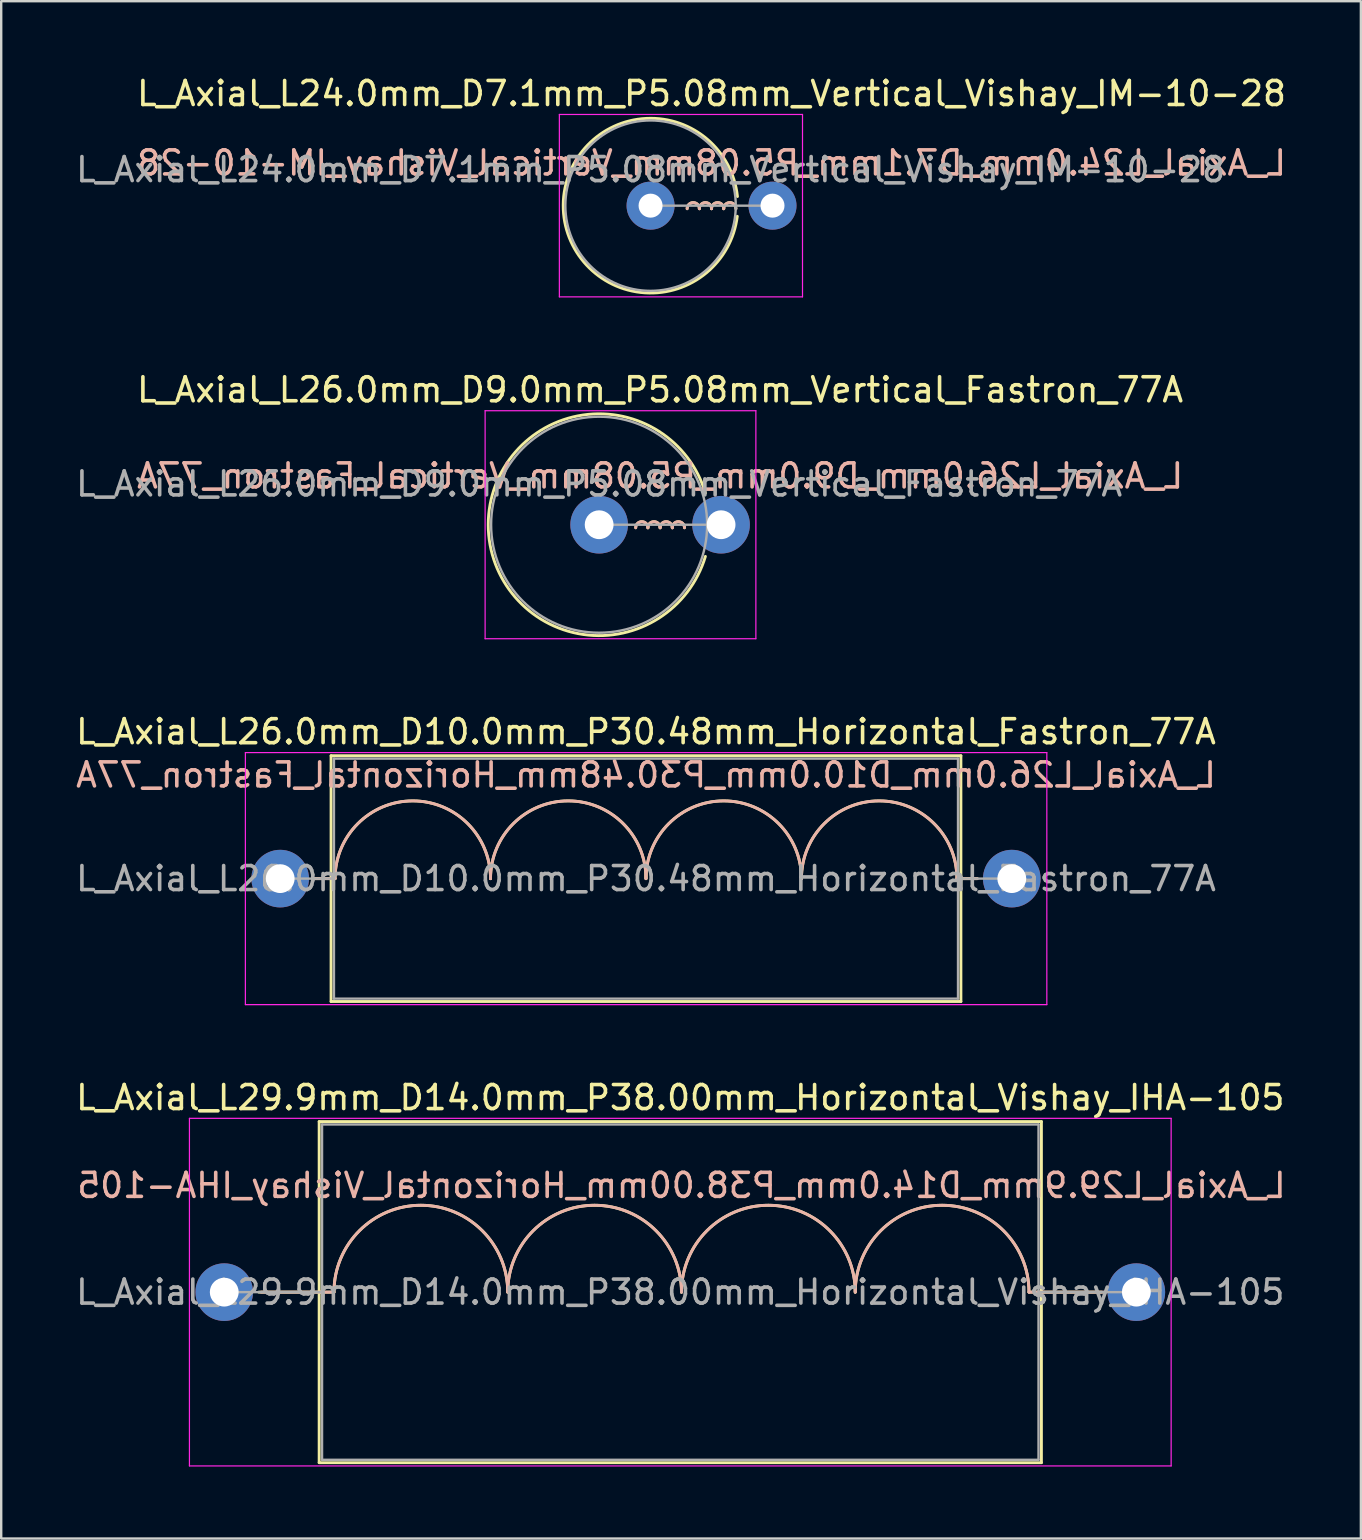
<source format=kicad_pcb>
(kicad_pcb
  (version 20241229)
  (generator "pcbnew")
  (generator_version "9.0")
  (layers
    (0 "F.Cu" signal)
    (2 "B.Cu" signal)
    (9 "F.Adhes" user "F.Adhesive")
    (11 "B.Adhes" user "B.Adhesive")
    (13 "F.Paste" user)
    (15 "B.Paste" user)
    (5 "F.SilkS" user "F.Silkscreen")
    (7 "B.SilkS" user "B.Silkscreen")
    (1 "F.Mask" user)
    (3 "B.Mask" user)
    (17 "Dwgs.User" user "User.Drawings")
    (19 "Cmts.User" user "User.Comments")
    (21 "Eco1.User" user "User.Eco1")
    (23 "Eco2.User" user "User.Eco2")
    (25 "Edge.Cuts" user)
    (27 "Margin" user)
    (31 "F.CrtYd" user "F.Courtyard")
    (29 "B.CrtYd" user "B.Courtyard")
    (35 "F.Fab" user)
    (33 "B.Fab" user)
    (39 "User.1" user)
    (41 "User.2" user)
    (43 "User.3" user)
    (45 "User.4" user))
  (footprint "L_Axial_L29.9mm_D14.0mm_P38.00mm_Horizontal_Vishay_IHA-105"
    (layer "F.Cu")
    (at 6.292 50.783)
    (property "Reference" "L_Axial_L29.9mm_D14.0mm_P38.00mm_Horizontal_Vishay_IHA-105" (at 19 -8.105 0) (layer "F.SilkS") (effects (font (size 1 1) (thickness 0.15))))
    (fp_line (start 1.44 0) (end 3.955 0) (stroke (width 0.12) (type solid)) (layer "F.SilkS"))
    (fp_line (start 3.955 -7.105) (end 3.955 7.105) (stroke (width 0.12) (type solid)) (layer "F.SilkS"))
    (fp_line (start 3.955 7.105) (end 34.045 7.105) (stroke (width 0.12) (type solid)) (layer "F.SilkS"))
    (fp_line (start 4.572 0) (end 3.955 0) (stroke (width 0.12) (type solid)) (layer "F.SilkS"))
    (fp_line (start 33.528 0) (end 34.036 0) (stroke (width 0.12) (type solid)) (layer "F.SilkS"))
    (fp_line (start 34.045 -7.105) (end 3.955 -7.105) (stroke (width 0.12) (type solid)) (layer "F.SilkS"))
    (fp_line (start 34.045 7.105) (end 34.045 -7.105) (stroke (width 0.12) (type solid)) (layer "F.SilkS"))
    (fp_line (start 36.56 0) (end 34.045 0) (stroke (width 0.12) (type solid)) (layer "F.SilkS"))
    (fp_arc (start 4.572 0) (mid 8.1915 -3.6195) (end 11.811 0) (stroke (width 0.12) (type solid)) (layer "F.SilkS"))
    (fp_arc (start 11.811 0) (mid 15.4305 -3.6195) (end 19.05 0) (stroke (width 0.12) (type solid)) (layer "F.SilkS"))
    (fp_arc (start 19.05 0) (mid 22.6695 -3.6195) (end 26.289 0) (stroke (width 0.12) (type solid)) (layer "F.SilkS"))
    (fp_arc (start 26.289 0) (mid 29.9085 -3.6195) (end 33.528 0) (stroke (width 0.12) (type solid)) (layer "F.SilkS"))
    (fp_line (start 1.54 0) (end 4.055 0) (stroke (width 0.12) (type solid)) (layer "B.SilkS"))
    (fp_line (start 4.572 0) (end 4.064 0) (stroke (width 0.12) (type solid)) (layer "B.SilkS"))
    (fp_line (start 33.528 0) (end 34.145 0) (stroke (width 0.12) (type solid)) (layer "B.SilkS"))
    (fp_line (start 36.66 0) (end 34.145 0) (stroke (width 0.12) (type solid)) (layer "B.SilkS"))
    (fp_arc (start 4.572 0) (mid 8.1915 -3.6195) (end 11.811 0) (stroke (width 0.12) (type solid)) (layer "B.SilkS"))
    (fp_arc (start 11.811 0) (mid 15.4305 -3.6195) (end 19.05 0) (stroke (width 0.12) (type solid)) (layer "B.SilkS"))
    (fp_arc (start 19.05 0) (mid 22.6695 -3.6195) (end 26.289 0) (stroke (width 0.12) (type solid)) (layer "B.SilkS"))
    (fp_arc (start 26.289 0) (mid 29.9085 -3.6195) (end 33.528 0) (stroke (width 0.12) (type solid)) (layer "B.SilkS"))
    (fp_line (start -1.45 -7.24) (end -1.45 7.24) (stroke (width 0.05) (type solid)) (layer "F.CrtYd"))
    (fp_line (start -1.45 7.24) (end 39.45 7.24) (stroke (width 0.05) (type solid)) (layer "F.CrtYd"))
    (fp_line (start 39.45 -7.24) (end -1.45 -7.24) (stroke (width 0.05) (type solid)) (layer "F.CrtYd"))
    (fp_line (start 39.45 7.24) (end 39.45 -7.24) (stroke (width 0.05) (type solid)) (layer "F.CrtYd"))
    (fp_line (start 0 0) (end 4.075 0) (stroke (width 0.1) (type solid)) (layer "F.Fab"))
    (fp_line (start 4.075 -6.985) (end 4.075 6.985) (stroke (width 0.1) (type solid)) (layer "F.Fab"))
    (fp_line (start 4.075 6.985) (end 33.925 6.985) (stroke (width 0.1) (type solid)) (layer "F.Fab"))
    (fp_line (start 33.925 -6.985) (end 4.075 -6.985) (stroke (width 0.1) (type solid)) (layer "F.Fab"))
    (fp_line (start 33.925 6.985) (end 33.925 -6.985) (stroke (width 0.1) (type solid)) (layer "F.Fab"))
    (fp_line (start 38 0) (end 33.925 0) (stroke (width 0.1) (type solid)) (layer "F.Fab"))
    (fp_text user "${REFERENCE}" (at 19.05 -4.445 0) (layer "B.SilkS") (effects (font (size 1 1) (thickness 0.15)) (justify mirror)))
    (fp_text user "${REFERENCE}" (at 19 0 0) (layer "F.Fab") (effects (font (size 1 1) (thickness 0.15))))
    (pad "1" thru_hole circle (at 0 0) (size 2.4 2.4) (drill 1.2) (layers "*.Cu" "*.Mask"))
    (pad "2" thru_hole oval (at 38 0) (size 2.4 2.4) (drill 1.2) (layers "*.Cu" "*.Mask")))
  (footprint "L_Axial_L24.0mm_D7.1mm_P5.08mm_Vertical_Vishay_IM-10-28"
    (layer "F.Cu")
    (at 24.054 5.518)
    (property "Reference" "L_Axial_L24.0mm_D7.1mm_P5.08mm_Vertical_Vishay_IM-10-28" (at 2.54 -4.67 0) (layer "F.SilkS") (effects (font (size 1 1) (thickness 0.15))))
    (fp_arc (start 1.524 0.127) (mid 1.778 -0.127) (end 2.032 0.127) (stroke (width 0.12) (type solid)) (layer "F.SilkS"))
    (fp_arc (start 2.032 0.127) (mid 2.286 -0.127) (end 2.54 0.127) (stroke (width 0.12) (type solid)) (layer "F.SilkS"))
    (fp_arc (start 2.54 0.127) (mid 2.794 -0.127) (end 3.048 0.127) (stroke (width 0.12) (type solid)) (layer "F.SilkS"))
    (fp_arc (start 3.048 0.127) (mid 3.302 -0.127) (end 3.556 0.127) (stroke (width 0.12) (type solid)) (layer "F.SilkS"))
    (fp_arc (start 3.612358 0.443624) (mid -3.63936 -0.031515) (end 3.619499 -0.380999) (stroke (width 0.12) (type solid)) (layer "F.SilkS"))
    (fp_arc (start 1.524 0.127) (mid 1.778 -0.127) (end 2.032 0.127) (stroke (width 0.12) (type solid)) (layer "B.SilkS"))
    (fp_arc (start 2.032 0.127) (mid 2.286 -0.127) (end 2.54 0.127) (stroke (width 0.12) (type solid)) (layer "B.SilkS"))
    (fp_arc (start 2.54 0.127) (mid 2.794 -0.127) (end 3.048 0.127) (stroke (width 0.12) (type solid)) (layer "B.SilkS"))
    (fp_arc (start 3.048 0.127) (mid 3.302 -0.127) (end 3.556 0.127) (stroke (width 0.12) (type solid)) (layer "B.SilkS"))
    (fp_line (start -3.8 -3.8) (end -3.8 3.8) (stroke (width 0.05) (type solid)) (layer "F.CrtYd"))
    (fp_line (start -3.8 3.8) (end 6.33 3.8) (stroke (width 0.05) (type solid)) (layer "F.CrtYd"))
    (fp_line (start 6.33 -3.8) (end -3.8 -3.8) (stroke (width 0.05) (type solid)) (layer "F.CrtYd"))
    (fp_line (start 6.33 3.8) (end 6.33 -3.8) (stroke (width 0.05) (type solid)) (layer "F.CrtYd"))
    (fp_line (start 0 0) (end 5.08 0) (stroke (width 0.1) (type solid)) (layer "F.Fab"))
    (fp_circle (center 0 0) (end 3.55 0) (stroke (width 0.1) (type solid)) (fill no) (layer "F.Fab"))
    (fp_text user "${REFERENCE}" (at 2.54 -1.778 0) (layer "B.SilkS") (effects (font (size 1 1) (thickness 0.15)) (justify mirror)))
    (fp_text user "${REFERENCE}" (at 0 -1.5 0) (layer "F.Fab") (effects (font (size 1 1) (thickness 0.15))))
    (pad "1" thru_hole circle (at 0 0) (size 2 2) (drill 1) (layers "*.Cu" "*.Mask"))
    (pad "2" thru_hole oval (at 5.08 0) (size 2 2) (drill 1) (layers "*.Cu" "*.Mask")))
  (footprint "L_Axial_L26.0mm_D10.0mm_P30.48mm_Horizontal_Fastron_77A"
    (layer "F.Cu")
    (at 8.623 33.555)
    (property "Reference" "L_Axial_L26.0mm_D10.0mm_P30.48mm_Horizontal_Fastron_77A" (at 15.24 -6.12 0) (layer "F.SilkS") (effects (font (size 1 1) (thickness 0.15))))
    (fp_line (start 1.44 0) (end 2.12 0) (stroke (width 0.12) (type solid)) (layer "F.SilkS"))
    (fp_line (start 2.12 -5.12) (end 2.12 5.12) (stroke (width 0.12) (type solid)) (layer "F.SilkS"))
    (fp_line (start 2.12 5.12) (end 28.36 5.12) (stroke (width 0.12) (type solid)) (layer "F.SilkS"))
    (fp_line (start 2.286 0) (end 2.12 0) (stroke (width 0.12) (type solid)) (layer "F.SilkS"))
    (fp_line (start 28.194 0) (end 28.321 0) (stroke (width 0.12) (type solid)) (layer "F.SilkS"))
    (fp_line (start 28.36 -5.12) (end 2.12 -5.12) (stroke (width 0.12) (type solid)) (layer "F.SilkS"))
    (fp_line (start 28.36 5.12) (end 28.36 -5.12) (stroke (width 0.12) (type solid)) (layer "F.SilkS"))
    (fp_line (start 29.04 0) (end 28.36 0) (stroke (width 0.12) (type solid)) (layer "F.SilkS"))
    (fp_arc (start 2.286 0) (mid 5.5245 -3.2385) (end 8.763 0) (stroke (width 0.12) (type solid)) (layer "F.SilkS"))
    (fp_arc (start 8.763 0) (mid 12.0015 -3.2385) (end 15.24 0) (stroke (width 0.12) (type solid)) (layer "F.SilkS"))
    (fp_arc (start 15.24 0) (mid 18.4785 -3.2385) (end 21.717 0) (stroke (width 0.12) (type solid)) (layer "F.SilkS"))
    (fp_arc (start 21.717 0) (mid 24.9555 -3.2385) (end 28.194 0) (stroke (width 0.12) (type solid)) (layer "F.SilkS"))
    (fp_line (start 1.44 0) (end 2.12 0) (stroke (width 0.12) (type solid)) (layer "B.SilkS"))
    (fp_line (start 2.286 0) (end 2.159 0) (stroke (width 0.12) (type solid)) (layer "B.SilkS"))
    (fp_line (start 28.194 0) (end 28.36 0) (stroke (width 0.12) (type solid)) (layer "B.SilkS"))
    (fp_line (start 29.04 0) (end 28.36 0) (stroke (width 0.12) (type solid)) (layer "B.SilkS"))
    (fp_arc (start 2.286 0) (mid 5.5245 -3.2385) (end 8.763 0) (stroke (width 0.12) (type solid)) (layer "B.SilkS"))
    (fp_arc (start 8.763 0) (mid 12.0015 -3.2385) (end 15.24 0) (stroke (width 0.12) (type solid)) (layer "B.SilkS"))
    (fp_arc (start 15.24 0) (mid 18.4785 -3.2385) (end 21.717 0) (stroke (width 0.12) (type solid)) (layer "B.SilkS"))
    (fp_arc (start 21.717 0) (mid 24.9555 -3.2385) (end 28.194 0) (stroke (width 0.12) (type solid)) (layer "B.SilkS"))
    (fp_line (start -1.45 -5.25) (end -1.45 5.25) (stroke (width 0.05) (type solid)) (layer "F.CrtYd"))
    (fp_line (start -1.45 5.25) (end 31.94 5.25) (stroke (width 0.05) (type solid)) (layer "F.CrtYd"))
    (fp_line (start 31.94 -5.25) (end -1.45 -5.25) (stroke (width 0.05) (type solid)) (layer "F.CrtYd"))
    (fp_line (start 31.94 5.25) (end 31.94 -5.25) (stroke (width 0.05) (type solid)) (layer "F.CrtYd"))
    (fp_line (start 0 0) (end 2.24 0) (stroke (width 0.1) (type solid)) (layer "F.Fab"))
    (fp_line (start 2.24 -5) (end 2.24 5) (stroke (width 0.1) (type solid)) (layer "F.Fab"))
    (fp_line (start 2.24 5) (end 28.24 5) (stroke (width 0.1) (type solid)) (layer "F.Fab"))
    (fp_line (start 28.24 -5) (end 2.24 -5) (stroke (width 0.1) (type solid)) (layer "F.Fab"))
    (fp_line (start 28.24 5) (end 28.24 -5) (stroke (width 0.1) (type solid)) (layer "F.Fab"))
    (fp_line (start 30.48 0) (end 28.24 0) (stroke (width 0.1) (type solid)) (layer "F.Fab"))
    (fp_text user "${REFERENCE}" (at 15.24 -4.318 0) (layer "B.SilkS") (effects (font (size 1 1) (thickness 0.15)) (justify mirror)))
    (fp_text user "${REFERENCE}" (at 15.24 0 0) (layer "F.Fab") (effects (font (size 1 1) (thickness 0.15))))
    (pad "1" thru_hole circle (at 0 0) (size 2.4 2.4) (drill 1.2) (layers "*.Cu" "*.Mask"))
    (pad "2" thru_hole oval (at 30.48 0) (size 2.4 2.4) (drill 1.2) (layers "*.Cu" "*.Mask")))
  (footprint "L_Axial_L26.0mm_D9.0mm_P5.08mm_Vertical_Fastron_77A"
    (layer "F.Cu")
    (at 21.911 18.811)
    (property "Reference" "L_Axial_L26.0mm_D9.0mm_P5.08mm_Vertical_Fastron_77A" (at 2.54 -5.62 0) (layer "F.SilkS") (effects (font (size 1 1) (thickness 0.15))))
    (fp_arc (start 1.524 0.127) (mid 1.778 -0.127) (end 2.032 0.127) (stroke (width 0.12) (type solid)) (layer "F.SilkS"))
    (fp_arc (start 2.032 0.127) (mid 2.286 -0.127) (end 2.54 0.127) (stroke (width 0.12) (type solid)) (layer "F.SilkS"))
    (fp_arc (start 2.54 0.127) (mid 2.794 -0.127) (end 3.048 0.127) (stroke (width 0.12) (type solid)) (layer "F.SilkS"))
    (fp_arc (start 3.048 0.127) (mid 3.302 -0.127) (end 3.556 0.127) (stroke (width 0.12) (type solid)) (layer "F.SilkS"))
    (fp_arc (start 4.427415 1.32) (mid -4.62 0) (end 4.427415 -1.32) (stroke (width 0.12) (type solid)) (layer "F.SilkS"))
    (fp_arc (start 1.524 0.127) (mid 1.778 -0.127) (end 2.032 0.127) (stroke (width 0.12) (type solid)) (layer "B.SilkS"))
    (fp_arc (start 2.032 0.127) (mid 2.286 -0.127) (end 2.54 0.127) (stroke (width 0.12) (type solid)) (layer "B.SilkS"))
    (fp_arc (start 2.54 0.127) (mid 2.794 -0.127) (end 3.048 0.127) (stroke (width 0.12) (type solid)) (layer "B.SilkS"))
    (fp_arc (start 3.048 0.127) (mid 3.302 -0.127) (end 3.556 0.127) (stroke (width 0.12) (type solid)) (layer "B.SilkS"))
    (fp_line (start -4.75 -4.75) (end -4.75 4.75) (stroke (width 0.05) (type solid)) (layer "F.CrtYd"))
    (fp_line (start -4.75 4.75) (end 6.53 4.75) (stroke (width 0.05) (type solid)) (layer "F.CrtYd"))
    (fp_line (start 6.53 -4.75) (end -4.75 -4.75) (stroke (width 0.05) (type solid)) (layer "F.CrtYd"))
    (fp_line (start 6.53 4.75) (end 6.53 -4.75) (stroke (width 0.05) (type solid)) (layer "F.CrtYd"))
    (fp_line (start 0 0) (end 5.08 0) (stroke (width 0.1) (type solid)) (layer "F.Fab"))
    (fp_circle (center 0 0) (end 4.5 0) (stroke (width 0.1) (type solid)) (fill no) (layer "F.Fab"))
    (fp_text user "${REFERENCE}" (at 2.54 -2.032 0) (layer "B.SilkS") (effects (font (size 1 1) (thickness 0.15)) (justify mirror)))
    (fp_text user "${REFERENCE}" (at 0 -1.7 0) (layer "F.Fab") (effects (font (size 1 1) (thickness 0.15))))
    (pad "1" thru_hole circle (at 0 0) (size 2.4 2.4) (drill 1.2) (layers "*.Cu" "*.Mask"))
    (pad "2" thru_hole oval (at 5.08 0) (size 2.4 2.4) (drill 1.2) (layers "*.Cu" "*.Mask")))
  (gr_rect
    (start -3 -3)
    (end 53.647 61.048)
    (stroke (width 0.1) (type default))
    (fill no)
    (layer "Edge.Cuts")))
</source>
